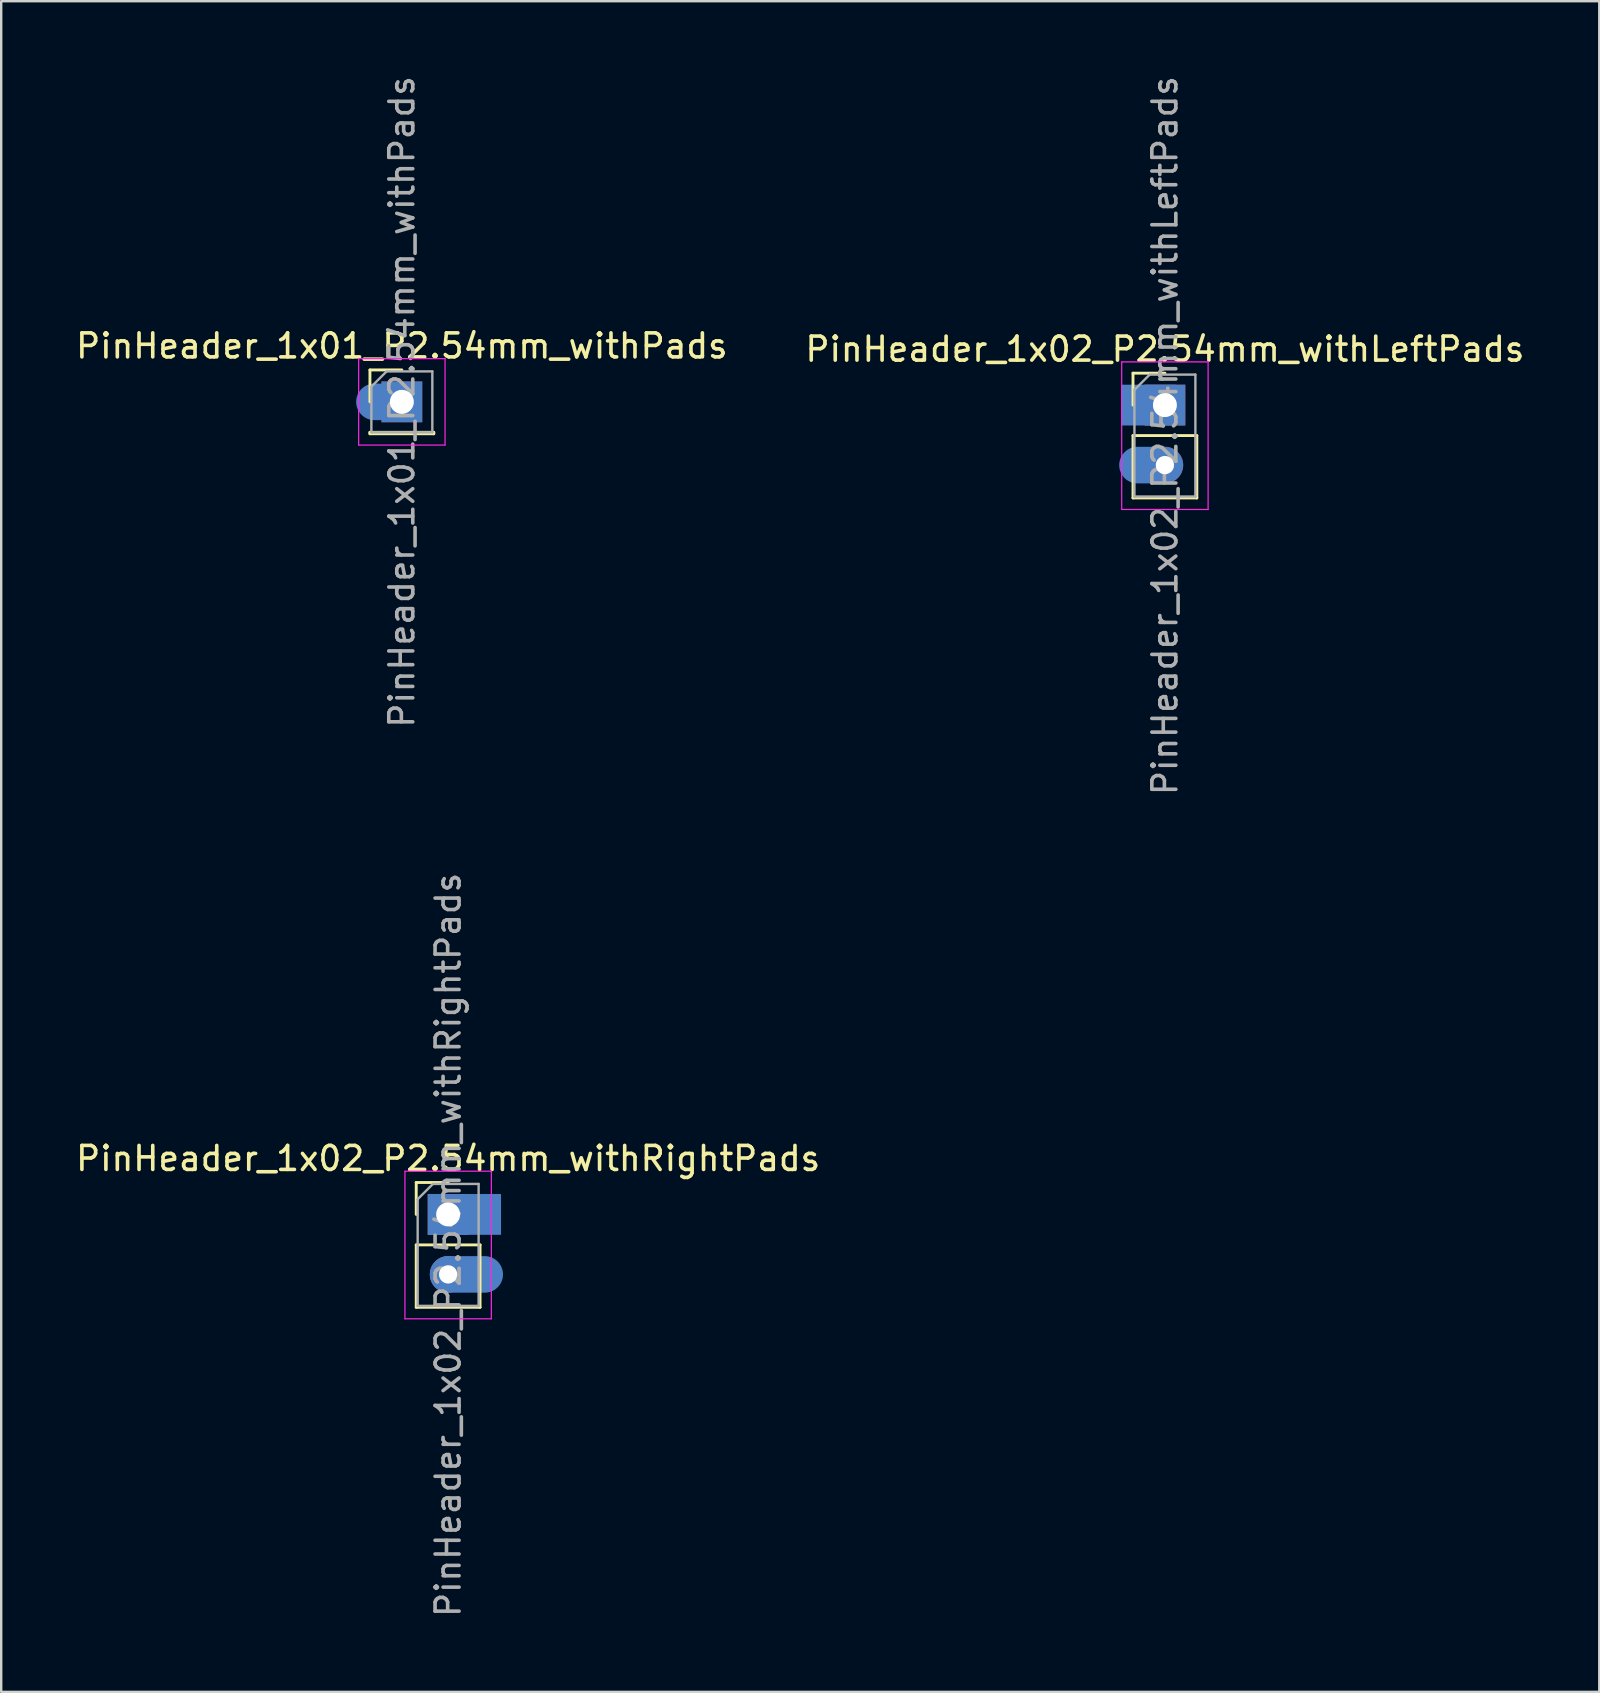
<source format=kicad_pcb>
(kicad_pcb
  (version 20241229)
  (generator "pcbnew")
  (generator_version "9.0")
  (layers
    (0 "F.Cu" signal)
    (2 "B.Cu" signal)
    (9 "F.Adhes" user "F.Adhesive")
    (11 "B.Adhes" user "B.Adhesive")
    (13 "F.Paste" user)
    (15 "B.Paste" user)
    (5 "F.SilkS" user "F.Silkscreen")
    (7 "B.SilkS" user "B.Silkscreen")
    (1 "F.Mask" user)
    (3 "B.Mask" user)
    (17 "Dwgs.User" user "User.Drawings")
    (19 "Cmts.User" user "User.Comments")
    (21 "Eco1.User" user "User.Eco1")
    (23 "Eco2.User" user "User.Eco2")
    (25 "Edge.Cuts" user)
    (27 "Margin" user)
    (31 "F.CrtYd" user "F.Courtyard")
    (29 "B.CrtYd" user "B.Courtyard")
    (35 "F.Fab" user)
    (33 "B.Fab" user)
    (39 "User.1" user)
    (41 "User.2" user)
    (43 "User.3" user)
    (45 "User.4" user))
  (footprint "PinHeader_1x01_P2.54mm_withPads"
    (layer "F.Cu")
    (at 13.696 13.696)
    (property "Reference" "PinHeader_1x01_P2.54mm_withPads" (at 0 -2.33 0) (layer "F.SilkS") (effects (font (size 1 1) (thickness 0.15))))
    (attr through_hole)
    (fp_line (start -1.33 -1.33) (end 0 -1.33) (stroke (width 0.12) (type solid)) (layer "F.SilkS"))
    (fp_line (start -1.33 0) (end -1.33 -1.33) (stroke (width 0.12) (type solid)) (layer "F.SilkS"))
    (fp_line (start -1.33 1.27) (end -1.33 1.33) (stroke (width 0.12) (type solid)) (layer "F.SilkS"))
    (fp_line (start -1.33 1.27) (end 1.33 1.27) (stroke (width 0.12) (type solid)) (layer "F.SilkS"))
    (fp_line (start -1.33 1.33) (end 1.33 1.33) (stroke (width 0.12) (type solid)) (layer "F.SilkS"))
    (fp_line (start 1.33 1.27) (end 1.33 1.33) (stroke (width 0.12) (type solid)) (layer "F.SilkS"))
    (fp_line (start -1.8 -1.8) (end -1.8 1.8) (stroke (width 0.05) (type solid)) (layer "F.CrtYd"))
    (fp_line (start -1.8 1.8) (end 1.8 1.8) (stroke (width 0.05) (type solid)) (layer "F.CrtYd"))
    (fp_line (start 1.8 -1.8) (end -1.8 -1.8) (stroke (width 0.05) (type solid)) (layer "F.CrtYd"))
    (fp_line (start 1.8 1.8) (end 1.8 -1.8) (stroke (width 0.05) (type solid)) (layer "F.CrtYd"))
    (fp_line (start -1.27 -0.635) (end -0.635 -1.27) (stroke (width 0.1) (type solid)) (layer "F.Fab"))
    (fp_line (start -1.27 1.27) (end -1.27 -0.635) (stroke (width 0.1) (type solid)) (layer "F.Fab"))
    (fp_line (start -0.635 -1.27) (end 1.27 -1.27) (stroke (width 0.1) (type solid)) (layer "F.Fab"))
    (fp_line (start 1.27 -1.27) (end 1.27 1.27) (stroke (width 0.1) (type solid)) (layer "F.Fab"))
    (fp_line (start 1.27 1.27) (end -1.27 1.27) (stroke (width 0.1) (type solid)) (layer "F.Fab"))
    (fp_text user "${REFERENCE}" (at 0 0 90) (layer "F.Fab") (effects (font (size 1 1) (thickness 0.15))))
    (pad "1" thru_hole rect (at 0 0) (size 1.7 1.7) (drill 1) (layers "*.Cu" "*.Mask"))
    (pad "1" smd oval (at 0 0) (size 2.286 1.524) (drill (offset -0.762 0)) (layers "B.Cu" "B.Mask" "B.Paste")))
  (footprint "PinHeader_1x02_P2.54mm_withLeftPads"
    (layer "F.Cu")
    (at 45.494 13.831)
    (property "Reference" "PinHeader_1x02_P2.54mm_withLeftPads" (at 0 -2.33 0) (layer "F.SilkS") (effects (font (size 1 1) (thickness 0.15))))
    (attr through_hole)
    (fp_line (start -1.33 -1.33) (end 0 -1.33) (stroke (width 0.12) (type solid)) (layer "F.SilkS"))
    (fp_line (start -1.33 0) (end -1.33 -1.33) (stroke (width 0.12) (type solid)) (layer "F.SilkS"))
    (fp_line (start -1.33 1.27) (end -1.33 3.87) (stroke (width 0.12) (type solid)) (layer "F.SilkS"))
    (fp_line (start -1.33 1.27) (end 1.33 1.27) (stroke (width 0.12) (type solid)) (layer "F.SilkS"))
    (fp_line (start -1.33 3.87) (end 1.33 3.87) (stroke (width 0.12) (type solid)) (layer "F.SilkS"))
    (fp_line (start 1.33 1.27) (end 1.33 3.87) (stroke (width 0.12) (type solid)) (layer "F.SilkS"))
    (fp_line (start -1.8 -1.8) (end -1.8 4.35) (stroke (width 0.05) (type solid)) (layer "F.CrtYd"))
    (fp_line (start -1.8 4.35) (end 1.8 4.35) (stroke (width 0.05) (type solid)) (layer "F.CrtYd"))
    (fp_line (start 1.8 -1.8) (end -1.8 -1.8) (stroke (width 0.05) (type solid)) (layer "F.CrtYd"))
    (fp_line (start 1.8 4.35) (end 1.8 -1.8) (stroke (width 0.05) (type solid)) (layer "F.CrtYd"))
    (fp_line (start -1.27 -0.635) (end -0.635 -1.27) (stroke (width 0.1) (type solid)) (layer "F.Fab"))
    (fp_line (start -1.27 3.81) (end -1.27 -0.635) (stroke (width 0.1) (type solid)) (layer "F.Fab"))
    (fp_line (start -0.635 -1.27) (end 1.27 -1.27) (stroke (width 0.1) (type solid)) (layer "F.Fab"))
    (fp_line (start 1.27 -1.27) (end 1.27 3.81) (stroke (width 0.1) (type solid)) (layer "F.Fab"))
    (fp_line (start 1.27 3.81) (end -1.27 3.81) (stroke (width 0.1) (type solid)) (layer "F.Fab"))
    (fp_text user "${REFERENCE}" (at 0 1.27 90) (layer "F.Fab") (effects (font (size 1 1) (thickness 0.15))))
    (pad "1" thru_hole rect (at 0 0) (size 1.7 1.7) (drill 1) (layers "*.Cu" "*.Mask"))
    (pad "1" smd rect (at 0 0) (size 2.286 1.7) (drill (offset -0.68 0)) (layers "B.Cu" "B.Mask" "B.Paste"))
    (pad "2" thru_hole circle (at 0 2.5) (size 1.524 1.524) (drill 0.762) (layers "*.Cu" "*.Mask"))
    (pad "2" smd oval (at 0 2.5) (size 2.286 1.524) (drill (offset -0.762 0)) (layers "B.Cu" "B.Mask" "B.Paste")))
  (footprint "PinHeader_1x02_P2.54mm_withRightPads"
    (layer "F.Cu")
    (at 15.625 47.557)
    (property "Reference" "PinHeader_1x02_P2.54mm_withRightPads" (at 0 -2.33 0) (layer "F.SilkS") (effects (font (size 1 1) (thickness 0.15))))
    (attr through_hole)
    (fp_line (start -1.33 -1.33) (end 0 -1.33) (stroke (width 0.12) (type solid)) (layer "F.SilkS"))
    (fp_line (start -1.33 0) (end -1.33 -1.33) (stroke (width 0.12) (type solid)) (layer "F.SilkS"))
    (fp_line (start -1.33 1.27) (end -1.33 3.87) (stroke (width 0.12) (type solid)) (layer "F.SilkS"))
    (fp_line (start -1.33 1.27) (end 1.33 1.27) (stroke (width 0.12) (type solid)) (layer "F.SilkS"))
    (fp_line (start -1.33 3.87) (end 1.33 3.87) (stroke (width 0.12) (type solid)) (layer "F.SilkS"))
    (fp_line (start 1.33 1.27) (end 1.33 3.87) (stroke (width 0.12) (type solid)) (layer "F.SilkS"))
    (fp_line (start -1.8 -1.8) (end -1.8 4.35) (stroke (width 0.05) (type solid)) (layer "F.CrtYd"))
    (fp_line (start -1.8 4.35) (end 1.8 4.35) (stroke (width 0.05) (type solid)) (layer "F.CrtYd"))
    (fp_line (start 1.8 -1.8) (end -1.8 -1.8) (stroke (width 0.05) (type solid)) (layer "F.CrtYd"))
    (fp_line (start 1.8 4.35) (end 1.8 -1.8) (stroke (width 0.05) (type solid)) (layer "F.CrtYd"))
    (fp_line (start -1.27 -0.635) (end -0.635 -1.27) (stroke (width 0.1) (type solid)) (layer "F.Fab"))
    (fp_line (start -1.27 3.81) (end -1.27 -0.635) (stroke (width 0.1) (type solid)) (layer "F.Fab"))
    (fp_line (start -0.635 -1.27) (end 1.27 -1.27) (stroke (width 0.1) (type solid)) (layer "F.Fab"))
    (fp_line (start 1.27 -1.27) (end 1.27 3.81) (stroke (width 0.1) (type solid)) (layer "F.Fab"))
    (fp_line (start 1.27 3.81) (end -1.27 3.81) (stroke (width 0.1) (type solid)) (layer "F.Fab"))
    (fp_text user "${REFERENCE}" (at 0 1.27 90) (layer "F.Fab") (effects (font (size 1 1) (thickness 0.15))))
    (pad "1" thru_hole rect (at 0 0) (size 1.7 1.7) (drill 1) (layers "*.Cu" "*.Mask"))
    (pad "2" thru_hole circle (at 0 2.5) (size 1.524 1.524) (drill 0.762) (layers "*.Cu" "*.Mask"))
    (pad "2" smd oval (at 0 2.5) (size 3.048 1.524) (drill (offset 0.762 0)) (layers "B.Cu" "B.Mask" "B.Paste"))
    (pad "3" smd rect (at 0 0) (size 3.048 1.7) (drill (offset 0.68 0)) (layers "B.Cu" "B.Mask" "B.Paste")))
  (gr_rect
    (start -3 -3)
    (end 63.595 67.452)
    (stroke (width 0.1) (type default))
    (fill no)
    (layer "Edge.Cuts")))
</source>
